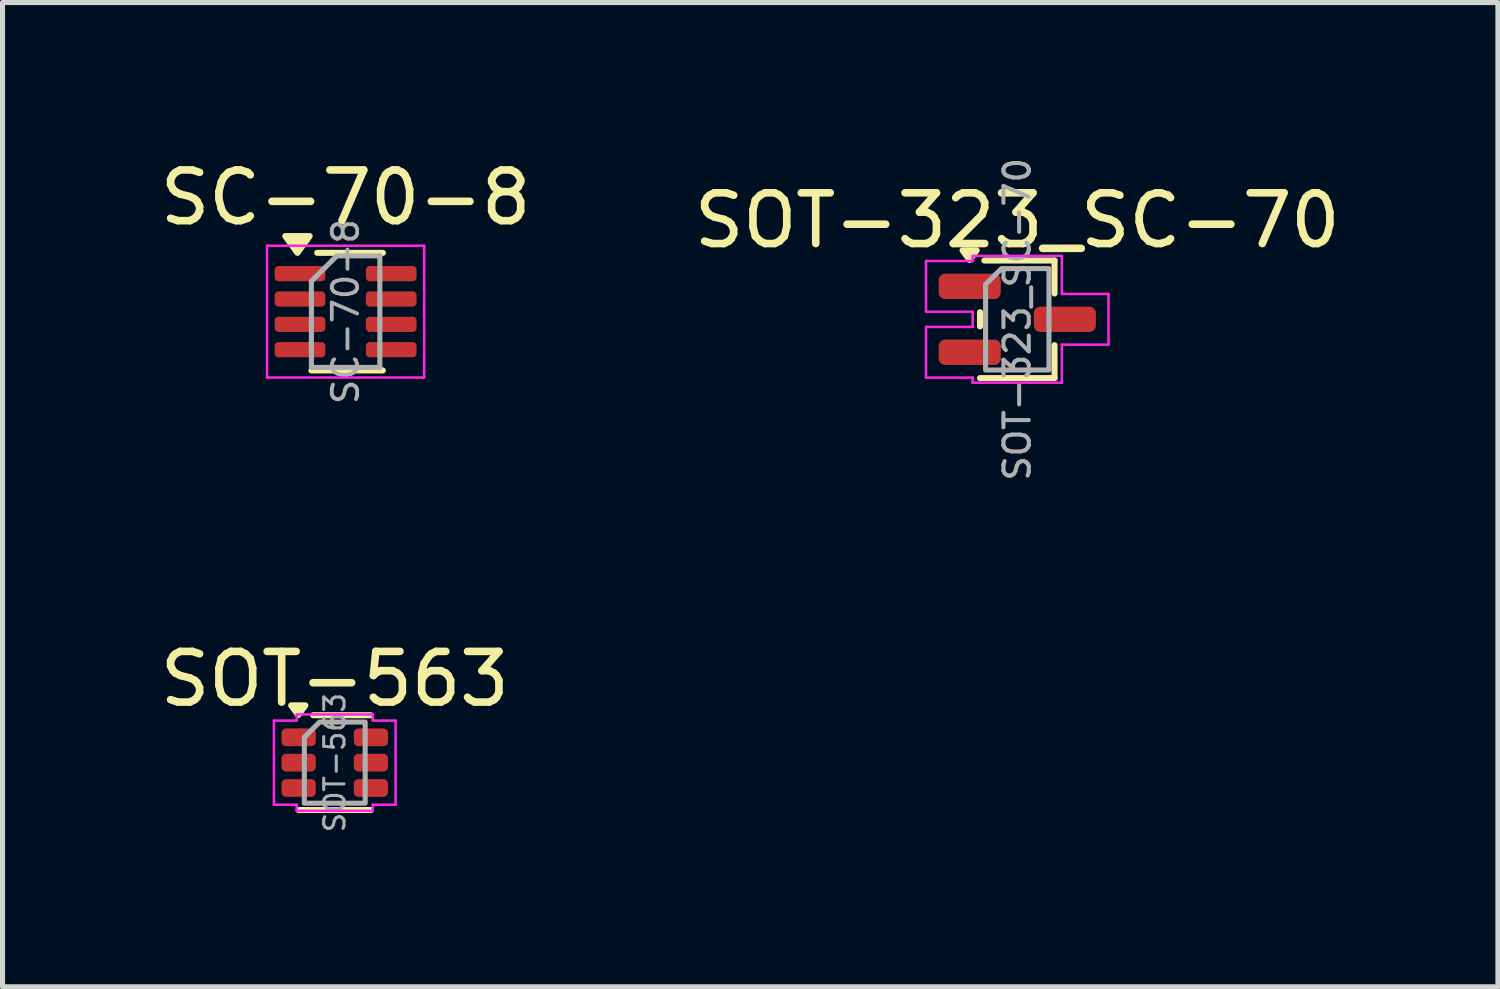
<source format=kicad_pcb>
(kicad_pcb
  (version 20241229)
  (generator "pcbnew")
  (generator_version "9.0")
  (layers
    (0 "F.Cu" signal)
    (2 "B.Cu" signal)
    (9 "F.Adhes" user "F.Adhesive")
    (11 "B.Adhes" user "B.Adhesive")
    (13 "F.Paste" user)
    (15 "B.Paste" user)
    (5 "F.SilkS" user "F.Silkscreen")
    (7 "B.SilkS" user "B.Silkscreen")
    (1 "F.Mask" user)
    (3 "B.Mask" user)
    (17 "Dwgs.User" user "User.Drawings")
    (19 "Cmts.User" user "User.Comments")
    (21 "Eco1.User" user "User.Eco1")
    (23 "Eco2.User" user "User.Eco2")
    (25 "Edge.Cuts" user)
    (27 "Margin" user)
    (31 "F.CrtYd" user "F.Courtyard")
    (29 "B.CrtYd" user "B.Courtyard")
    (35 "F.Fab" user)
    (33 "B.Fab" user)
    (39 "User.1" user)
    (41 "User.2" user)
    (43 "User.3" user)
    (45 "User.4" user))
  (footprint "SC-70-8"
    (layer "F.Cu")
    (at 3.768 3.098)
    (property "Reference" "SC-70-8" (at 0 -2.25 0) (layer "F.SilkS") (effects (font (size 1 1) (thickness 0.15))))
    (attr smd)
    (fp_line (start -0.675 1.16) (end 0.735 1.16) (stroke (width 0.12) (type solid)) (layer "F.SilkS"))
    (fp_line (start -0.56 -1.16) (end 0.735 -1.16) (stroke (width 0.12) (type solid)) (layer "F.SilkS"))
    (fp_poly (pts (xy -0.95 -1.16) (xy -0.71 -1.49) (xy -1.19 -1.49) (xy -0.95 -1.16)) (stroke (width 0.12) (type solid)) (fill yes) (layer "F.SilkS"))
    (fp_line (start -1.55 -1.3) (end 1.55 -1.3) (stroke (width 0.05) (type solid)) (layer "F.CrtYd"))
    (fp_line (start -1.55 1.3) (end -1.55 -1.3) (stroke (width 0.05) (type solid)) (layer "F.CrtYd"))
    (fp_line (start 1.55 -1.3) (end 1.55 1.3) (stroke (width 0.05) (type solid)) (layer "F.CrtYd"))
    (fp_line (start 1.55 1.3) (end -1.55 1.3) (stroke (width 0.05) (type solid)) (layer "F.CrtYd"))
    (fp_line (start -0.675 -0.6) (end -0.675 1.1) (stroke (width 0.1) (type solid)) (layer "F.Fab"))
    (fp_line (start -0.175 -1.1) (end -0.675 -0.6) (stroke (width 0.1) (type solid)) (layer "F.Fab"))
    (fp_line (start 0.675 -1.1) (end -0.175 -1.1) (stroke (width 0.1) (type solid)) (layer "F.Fab"))
    (fp_line (start 0.675 -1.1) (end 0.675 1.1) (stroke (width 0.1) (type solid)) (layer "F.Fab"))
    (fp_line (start 0.675 1.1) (end -0.675 1.1) (stroke (width 0.1) (type solid)) (layer "F.Fab"))
    (fp_text user "${REFERENCE}" (at 0 0 90) (layer "F.Fab") (effects (font (size 0.5 0.5) (thickness 0.075))))
    (pad "1" smd roundrect (at -0.9 -0.75 270) (size 0.3 1) (layers "F.Cu" "F.Mask" "F.Paste") (roundrect_rratio 0.25))
    (pad "2" smd roundrect (at -0.9 -0.25 270) (size 0.3 1) (layers "F.Cu" "F.Mask" "F.Paste") (roundrect_rratio 0.25))
    (pad "3" smd roundrect (at -0.9 0.25 270) (size 0.3 1) (layers "F.Cu" "F.Mask" "F.Paste") (roundrect_rratio 0.25))
    (pad "4" smd roundrect (at -0.9 0.75 270) (size 0.3 1) (layers "F.Cu" "F.Mask" "F.Paste") (roundrect_rratio 0.25))
    (pad "5" smd roundrect (at 0.9 0.75 270) (size 0.3 1) (layers "F.Cu" "F.Mask" "F.Paste") (roundrect_rratio 0.25))
    (pad "6" smd roundrect (at 0.9 0.25 270) (size 0.3 1) (layers "F.Cu" "F.Mask" "F.Paste") (roundrect_rratio 0.25))
    (pad "7" smd roundrect (at 0.9 -0.25 270) (size 0.3 1) (layers "F.Cu" "F.Mask" "F.Paste") (roundrect_rratio 0.25))
    (pad "8" smd roundrect (at 0.9 -0.75 270) (size 0.3 1) (layers "F.Cu" "F.Mask" "F.Paste") (roundrect_rratio 0.25)))
  (footprint "SOT-323_SC-70"
    (layer "F.Cu")
    (at 17.018 3.249)
    (property "Reference" "SOT-323_SC-70" (at 0 -1.95 0) (layer "F.SilkS") (effects (font (size 1 1) (thickness 0.15))))
    (attr smd)
    (fp_line (start -0.735 0.14) (end -0.735 -0.14) (stroke (width 0.12) (type solid)) (layer "F.SilkS"))
    (fp_line (start -0.649 -1.16) (end 0.735 -1.16) (stroke (width 0.12) (type solid)) (layer "F.SilkS"))
    (fp_line (start 0.735 -1.16) (end 0.735 -0.51) (stroke (width 0.12) (type solid)) (layer "F.SilkS"))
    (fp_line (start 0.735 0.51) (end 0.735 1.16) (stroke (width 0.12) (type solid)) (layer "F.SilkS"))
    (fp_line (start 0.735 1.16) (end -0.735 1.16) (stroke (width 0.12) (type solid)) (layer "F.SilkS"))
    (fp_poly (pts (xy -0.94 -1.17) (xy -1.08 -1.36) (xy -0.8 -1.36)) (stroke (width 0.12) (type solid)) (fill yes) (layer "F.SilkS"))
    (fp_line (start -1.8 -1.15) (end -0.88 -1.15) (stroke (width 0.05) (type solid)) (layer "F.CrtYd"))
    (fp_line (start -1.8 -0.15) (end -1.8 -1.15) (stroke (width 0.05) (type solid)) (layer "F.CrtYd"))
    (fp_line (start -1.8 0.15) (end -0.88 0.15) (stroke (width 0.05) (type solid)) (layer "F.CrtYd"))
    (fp_line (start -1.8 1.15) (end -1.8 0.15) (stroke (width 0.05) (type solid)) (layer "F.CrtYd"))
    (fp_line (start -0.88 -1.25) (end 0.88 -1.25) (stroke (width 0.05) (type solid)) (layer "F.CrtYd"))
    (fp_line (start -0.88 -1.15) (end -0.88 -1.25) (stroke (width 0.05) (type solid)) (layer "F.CrtYd"))
    (fp_line (start -0.88 -0.15) (end -1.8 -0.15) (stroke (width 0.05) (type solid)) (layer "F.CrtYd"))
    (fp_line (start -0.88 0.15) (end -0.88 -0.15) (stroke (width 0.05) (type solid)) (layer "F.CrtYd"))
    (fp_line (start -0.88 1.15) (end -1.8 1.15) (stroke (width 0.05) (type solid)) (layer "F.CrtYd"))
    (fp_line (start -0.88 1.25) (end -0.88 1.15) (stroke (width 0.05) (type solid)) (layer "F.CrtYd"))
    (fp_line (start 0.88 -1.25) (end 0.88 -0.5) (stroke (width 0.05) (type solid)) (layer "F.CrtYd"))
    (fp_line (start 0.88 -0.5) (end 1.8 -0.5) (stroke (width 0.05) (type solid)) (layer "F.CrtYd"))
    (fp_line (start 0.88 0.5) (end 0.88 1.25) (stroke (width 0.05) (type solid)) (layer "F.CrtYd"))
    (fp_line (start 0.88 1.25) (end -0.88 1.25) (stroke (width 0.05) (type solid)) (layer "F.CrtYd"))
    (fp_line (start 1.8 -0.5) (end 1.8 0.5) (stroke (width 0.05) (type solid)) (layer "F.CrtYd"))
    (fp_line (start 1.8 0.5) (end 0.88 0.5) (stroke (width 0.05) (type solid)) (layer "F.CrtYd"))
    (fp_poly (pts (xy -0.312 -1) (xy 0.625 -1) (xy 0.625 1) (xy -0.625 1) (xy -0.625 -0.688)) (stroke (width 0.1) (type solid)) (fill no) (layer "F.Fab"))
    (fp_text user "${REFERENCE}" (at 0 0 90) (layer "F.Fab") (effects (font (size 0.5 0.5) (thickness 0.08))))
    (pad "1" smd roundrect (at -0.938 -0.65) (size 1.225 0.5) (layers "F.Cu" "F.Mask" "F.Paste") (roundrect_rratio 0.25))
    (pad "2" smd roundrect (at -0.938 0.65) (size 1.225 0.5) (layers "F.Cu" "F.Mask" "F.Paste") (roundrect_rratio 0.25))
    (pad "3" smd roundrect (at 0.938 0) (size 1.225 0.5) (layers "F.Cu" "F.Mask" "F.Paste") (roundrect_rratio 0.25)))
  (footprint "SOT-563"
    (layer "F.Cu")
    (at 3.554 11.995)
    (property "Reference" "SOT-563" (at 0 -1.65 0) (layer "F.SilkS") (effects (font (size 1 1) (thickness 0.15))))
    (attr smd)
    (fp_line (start -0.426 -0.935) (end 0.71 -0.935) (stroke (width 0.12) (type solid)) (layer "F.SilkS"))
    (fp_line (start 0.71 0.935) (end -0.71 0.935) (stroke (width 0.12) (type solid)) (layer "F.SilkS"))
    (fp_poly (pts (xy -0.72 -0.94) (xy -0.86 -1.13) (xy -0.58 -1.13)) (stroke (width 0.12) (type solid)) (fill yes) (layer "F.SilkS"))
    (fp_line (start -1.2 -0.83) (end -0.75 -0.83) (stroke (width 0.05) (type solid)) (layer "F.CrtYd"))
    (fp_line (start -1.2 0.83) (end -1.2 -0.83) (stroke (width 0.05) (type solid)) (layer "F.CrtYd"))
    (fp_line (start -0.75 -0.95) (end 0.75 -0.95) (stroke (width 0.05) (type solid)) (layer "F.CrtYd"))
    (fp_line (start -0.75 -0.83) (end -0.75 -0.95) (stroke (width 0.05) (type solid)) (layer "F.CrtYd"))
    (fp_line (start -0.75 0.83) (end -1.2 0.83) (stroke (width 0.05) (type solid)) (layer "F.CrtYd"))
    (fp_line (start -0.75 0.95) (end -0.75 0.83) (stroke (width 0.05) (type solid)) (layer "F.CrtYd"))
    (fp_line (start 0.75 -0.95) (end 0.75 -0.83) (stroke (width 0.05) (type solid)) (layer "F.CrtYd"))
    (fp_line (start 0.75 -0.83) (end 1.2 -0.83) (stroke (width 0.05) (type solid)) (layer "F.CrtYd"))
    (fp_line (start 0.75 0.83) (end 0.75 0.95) (stroke (width 0.05) (type solid)) (layer "F.CrtYd"))
    (fp_line (start 0.75 0.95) (end -0.75 0.95) (stroke (width 0.05) (type solid)) (layer "F.CrtYd"))
    (fp_line (start 1.2 -0.83) (end 1.2 0.83) (stroke (width 0.05) (type solid)) (layer "F.CrtYd"))
    (fp_line (start 1.2 0.83) (end 0.75 0.83) (stroke (width 0.05) (type solid)) (layer "F.CrtYd"))
    (fp_poly (pts (xy -0.3 -0.8) (xy 0.6 -0.8) (xy 0.6 0.8) (xy -0.6 0.8) (xy -0.6 -0.5)) (stroke (width 0.1) (type solid)) (fill no) (layer "F.Fab"))
    (fp_text user "${REFERENCE}" (at 0 0 90) (layer "F.Fab") (effects (font (size 0.4 0.4) (thickness 0.06))))
    (pad "1" smd roundrect (at -0.713 -0.5) (size 0.675 0.35) (layers "F.Cu" "F.Mask" "F.Paste") (roundrect_rratio 0.25))
    (pad "2" smd roundrect (at -0.713 0) (size 0.675 0.35) (layers "F.Cu" "F.Mask" "F.Paste") (roundrect_rratio 0.25))
    (pad "3" smd roundrect (at -0.713 0.5) (size 0.675 0.35) (layers "F.Cu" "F.Mask" "F.Paste") (roundrect_rratio 0.25))
    (pad "4" smd roundrect (at 0.713 0.5) (size 0.675 0.35) (layers "F.Cu" "F.Mask" "F.Paste") (roundrect_rratio 0.25))
    (pad "5" smd roundrect (at 0.713 0) (size 0.675 0.35) (layers "F.Cu" "F.Mask" "F.Paste") (roundrect_rratio 0.25))
    (pad "6" smd roundrect (at 0.713 -0.5) (size 0.675 0.35) (layers "F.Cu" "F.Mask" "F.Paste") (roundrect_rratio 0.25)))
  (gr_rect
    (start -3 -3)
    (end 26.5 16.417)
    (stroke (width 0.1) (type default))
    (fill no)
    (layer "Edge.Cuts")))
</source>
